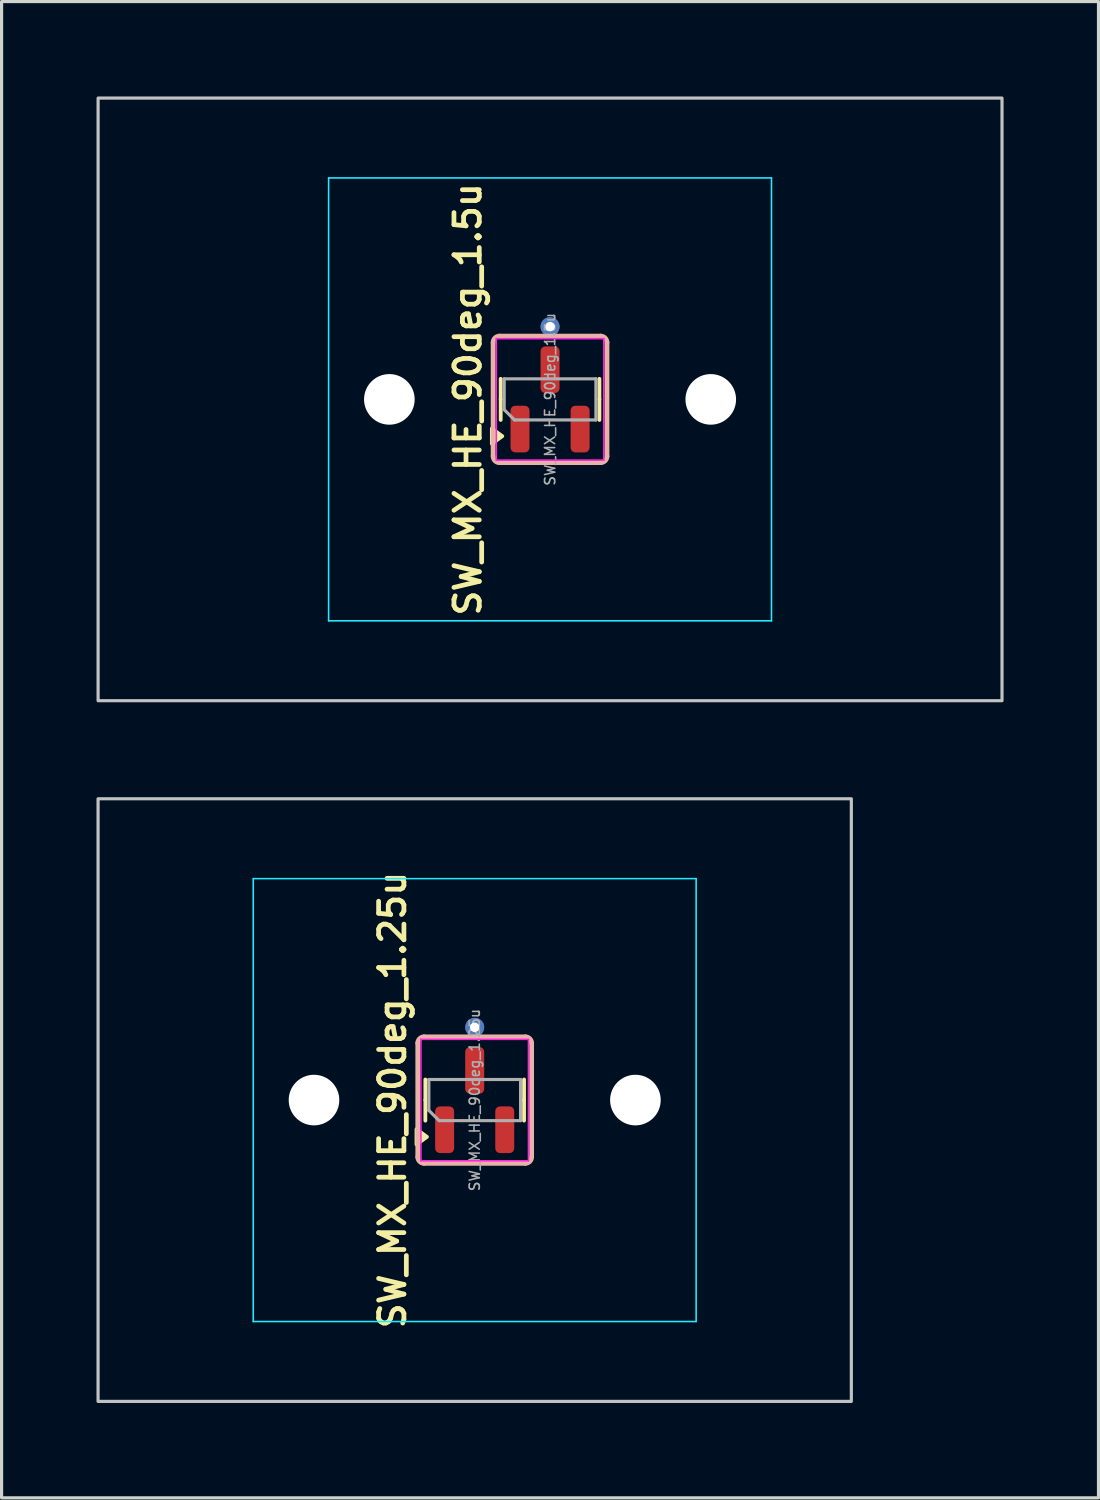
<source format=kicad_pcb>
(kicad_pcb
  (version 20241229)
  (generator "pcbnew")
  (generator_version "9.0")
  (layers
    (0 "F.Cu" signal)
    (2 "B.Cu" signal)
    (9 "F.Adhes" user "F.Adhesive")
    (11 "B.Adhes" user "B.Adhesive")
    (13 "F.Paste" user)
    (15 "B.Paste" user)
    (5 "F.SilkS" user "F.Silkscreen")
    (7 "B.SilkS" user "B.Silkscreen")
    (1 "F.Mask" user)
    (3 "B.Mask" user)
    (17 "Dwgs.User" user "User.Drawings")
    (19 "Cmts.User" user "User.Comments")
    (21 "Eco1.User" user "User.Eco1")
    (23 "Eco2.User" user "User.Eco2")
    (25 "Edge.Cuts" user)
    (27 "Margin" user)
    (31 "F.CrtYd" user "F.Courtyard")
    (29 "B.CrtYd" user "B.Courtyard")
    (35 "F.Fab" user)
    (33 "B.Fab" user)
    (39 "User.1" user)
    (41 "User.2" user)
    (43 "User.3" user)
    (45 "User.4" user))
  (footprint "SW_MX_HE_90deg_1.25u"
    (layer "F.Cu")
    (at 11.956 31.725)
    (property "Reference" "SW_MX_HE_90deg_1.25u" (at -2.6 0 90) (layer "F.SilkS") (effects (font (size 0.8 0.8) (thickness 0.15))))
    (attr smd)
    (fp_line (start -1.56 0) (end -1.56 -0.65) (stroke (width 0.12) (type solid)) (layer "F.SilkS"))
    (fp_line (start -1.56 0) (end -1.56 0.65) (stroke (width 0.12) (type solid)) (layer "F.SilkS"))
    (fp_line (start 1.56 0) (end 1.56 -0.65) (stroke (width 0.12) (type solid)) (layer "F.SilkS"))
    (fp_line (start 1.56 0) (end 1.56 0.65) (stroke (width 0.12) (type solid)) (layer "F.SilkS"))
    (fp_poly (pts (xy -1.51 1.163) (xy -1.84 1.403) (xy -1.84 0.922) (xy -1.51 1.163)) (stroke (width 0.12) (type solid)) (fill yes) (layer "F.SilkS"))
    (fp_line (start -1.8 -1.8) (end -1.8 1.8) (stroke (width 0.15) (type default)) (layer "B.SilkS"))
    (fp_line (start -1.6 2) (end 1.6 2) (stroke (width 0.15) (type default)) (layer "B.SilkS"))
    (fp_line (start 1.6 -2) (end -1.6 -2) (stroke (width 0.15) (type default)) (layer "B.SilkS"))
    (fp_line (start 1.8 1.8) (end 1.8 -1.8) (stroke (width 0.15) (type default)) (layer "B.SilkS"))
    (fp_arc (start -1.8 -1.8) (mid -1.741421 -1.941421) (end -1.6 -2) (stroke (width 0.15) (type default)) (layer "B.SilkS"))
    (fp_arc (start -1.6 2) (mid -1.741421 1.941421) (end -1.8 1.8) (stroke (width 0.15) (type default)) (layer "B.SilkS"))
    (fp_arc (start 1.6 -2) (mid 1.741421 -1.941421) (end 1.8 -1.8) (stroke (width 0.15) (type default)) (layer "B.SilkS"))
    (fp_arc (start 1.8 1.8) (mid 1.741421 1.941421) (end 1.6 2) (stroke (width 0.15) (type default)) (layer "B.SilkS"))
    (fp_rect (start -11.906 -9.525) (end 11.906 9.525) (stroke (width 0.1) (type default)) (fill no) (layer "Dwgs.User"))
    (fp_line (start -7 6.5) (end -7 -6.5) (stroke (width 0.05) (type solid)) (layer "Eco2.User"))
    (fp_line (start -6.5 -7) (end 6.5 -7) (stroke (width 0.05) (type solid)) (layer "Eco2.User"))
    (fp_line (start 6.5 7) (end -6.5 7) (stroke (width 0.05) (type solid)) (layer "Eco2.User"))
    (fp_line (start 7 -6.5) (end 7 6.5) (stroke (width 0.05) (type solid)) (layer "Eco2.User"))
    (fp_arc (start -7 -6.5) (mid -6.853553 -6.853553) (end -6.5 -7) (stroke (width 0.05) (type solid)) (layer "Eco2.User"))
    (fp_arc (start -6.5 7) (mid -6.853553 6.853553) (end -7 6.5) (stroke (width 0.05) (type solid)) (layer "Eco2.User"))
    (fp_arc (start 6.5 -7) (mid 6.853553 -6.853553) (end 7 -6.5) (stroke (width 0.05) (type solid)) (layer "Eco2.User"))
    (fp_arc (start 6.997236 6.498884) (mid 6.850789 6.852437) (end 6.497236 6.998884) (stroke (width 0.05) (type solid)) (layer "Eco2.User"))
    (fp_line (start -7 -7) (end -7 7) (stroke (width 0.05) (type solid)) (layer "B.CrtYd"))
    (fp_line (start -7 7) (end 7 7) (stroke (width 0.05) (type solid)) (layer "B.CrtYd"))
    (fp_line (start 7 -7) (end -7 -7) (stroke (width 0.05) (type solid)) (layer "B.CrtYd"))
    (fp_line (start 7 7) (end 7 -7) (stroke (width 0.05) (type solid)) (layer "B.CrtYd"))
    (fp_line (start -1.7 -1.92) (end -1.7 1.92) (stroke (width 0.05) (type solid)) (layer "F.CrtYd"))
    (fp_line (start -1.7 1.92) (end 1.7 1.92) (stroke (width 0.05) (type solid)) (layer "F.CrtYd"))
    (fp_line (start 1.7 -1.92) (end -1.7 -1.92) (stroke (width 0.05) (type solid)) (layer "F.CrtYd"))
    (fp_line (start 1.7 1.92) (end 1.7 -1.92) (stroke (width 0.05) (type solid)) (layer "F.CrtYd"))
    (fp_line (start -1.45 -0.65) (end 1.45 -0.65) (stroke (width 0.1) (type solid)) (layer "F.Fab"))
    (fp_line (start -1.45 0.325) (end -1.45 -0.65) (stroke (width 0.1) (type solid)) (layer "F.Fab"))
    (fp_line (start -1.125 0.65) (end -1.45 0.325) (stroke (width 0.1) (type solid)) (layer "F.Fab"))
    (fp_line (start 1.45 -0.65) (end 1.45 0.65) (stroke (width 0.1) (type solid)) (layer "F.Fab"))
    (fp_line (start 1.45 0.65) (end -1.125 0.65) (stroke (width 0.1) (type solid)) (layer "F.Fab"))
    (fp_text user "${REFERENCE}" (at 0 0 90) (layer "F.Fab") (effects (font (size 0.32 0.32) (thickness 0.05))))
    (pad "" np_thru_hole circle (at -5.08 0) (size 1.6 1.6) (drill 1.7) (layers "*.Cu" "*.Mask"))
    (pad "" np_thru_hole circle (at 5.08 0) (size 1.6 1.6) (drill 1.7) (layers "*.Cu" "*.Mask"))
    (pad "1" smd roundrect (at -0.95 0.938 90) (size 1.475 0.6) (layers "F.Cu" "F.Mask" "F.Paste") (roundrect_rratio 0.25))
    (pad "2" smd roundrect (at 0.95 0.938 90) (size 1.475 0.6) (layers "F.Cu" "F.Mask" "F.Paste") (roundrect_rratio 0.25))
    (pad "3" thru_hole circle (at 0 -2.3 90) (size 0.6 0.6) (drill 0.3) (layers "*.Cu"))
    (pad "3" smd roundrect (at 0 -0.938 90) (size 1.475 0.6) (layers "F.Cu" "F.Mask" "F.Paste") (roundrect_rratio 0.25))
    (zone (net_name "") (layer "F.Cu") (name "HE keepout_bot") (hatch edge 0.5) (connect_pads) (min_thickness 0.25) (filled_areas_thickness no) (keepout (tracks allowed) (vias allowed) (pads allowed) (copperpour not_allowed) (footprints allowed)) (placement (enabled no)) (fill) (polygon (pts (arc (start 10.35625 29.725) (mid 10.214829 29.783579) (end 10.15625 29.925)) (arc (start 10.15625 33.525) (mid 10.214829 33.666421) (end 10.35625 33.725)) (arc (start 13.55625 33.725) (mid 13.697671 33.666421) (end 13.75625 33.525)) (arc (start 13.75625 29.925) (mid 13.697671 29.783579) (end 13.55625 29.725)) (arc (start 12.45625 29.725) (mid 12.314829 29.783579) (end 12.25625 29.925)) (arc (start 12.25625 31.325) (mid 12.197671 31.466421) (end 12.05625 31.525)) (arc (start 11.85625 31.525) (mid 11.714829 31.466421) (end 11.65625 31.325)) (arc (start 11.65625 29.925) (mid 11.597671 29.783579) (end 11.45625 29.725)))))
    (zone (net_name "") (layer "In1.Cu") (name "HE keepout_top") (hatch edge 0.5) (connect_pads) (min_thickness 0.25) (filled_areas_thickness no) (keepout (tracks allowed) (vias allowed) (pads allowed) (copperpour not_allowed) (footprints allowed)) (placement (enabled no)) (fill) (polygon (pts (arc (start 10.35625 29.725) (mid 10.214829 29.783579) (end 10.15625 29.925)) (arc (start 10.15625 33.525) (mid 10.214829 33.666421) (end 10.35625 33.725)) (arc (start 13.55625 33.725) (mid 13.697671 33.666421) (end 13.75625 33.525)) (arc (start 13.75625 29.925) (mid 13.697671 29.783579) (end 13.55625 29.725))))))
  (footprint "SW_MX_HE_90deg_1.5u"
    (layer "F.Cu")
    (at 14.338 9.575)
    (property "Reference" "SW_MX_HE_90deg_1.5u" (at -2.6 0 90) (layer "F.SilkS") (effects (font (size 0.8 0.8) (thickness 0.15))))
    (attr smd)
    (fp_line (start -1.56 0) (end -1.56 -0.65) (stroke (width 0.12) (type solid)) (layer "F.SilkS"))
    (fp_line (start -1.56 0) (end -1.56 0.65) (stroke (width 0.12) (type solid)) (layer "F.SilkS"))
    (fp_line (start 1.56 0) (end 1.56 -0.65) (stroke (width 0.12) (type solid)) (layer "F.SilkS"))
    (fp_line (start 1.56 0) (end 1.56 0.65) (stroke (width 0.12) (type solid)) (layer "F.SilkS"))
    (fp_poly (pts (xy -1.51 1.163) (xy -1.84 1.403) (xy -1.84 0.922) (xy -1.51 1.163)) (stroke (width 0.12) (type solid)) (fill yes) (layer "F.SilkS"))
    (fp_line (start -1.8 -1.8) (end -1.8 1.8) (stroke (width 0.15) (type default)) (layer "B.SilkS"))
    (fp_line (start -1.6 2) (end 1.6 2) (stroke (width 0.15) (type default)) (layer "B.SilkS"))
    (fp_line (start 1.6 -2) (end -1.6 -2) (stroke (width 0.15) (type default)) (layer "B.SilkS"))
    (fp_line (start 1.8 1.8) (end 1.8 -1.8) (stroke (width 0.15) (type default)) (layer "B.SilkS"))
    (fp_arc (start -1.8 -1.8) (mid -1.741421 -1.941421) (end -1.6 -2) (stroke (width 0.15) (type default)) (layer "B.SilkS"))
    (fp_arc (start -1.6 2) (mid -1.741421 1.941421) (end -1.8 1.8) (stroke (width 0.15) (type default)) (layer "B.SilkS"))
    (fp_arc (start 1.6 -2) (mid 1.741421 -1.941421) (end 1.8 -1.8) (stroke (width 0.15) (type default)) (layer "B.SilkS"))
    (fp_arc (start 1.8 1.8) (mid 1.741421 1.941421) (end 1.6 2) (stroke (width 0.15) (type default)) (layer "B.SilkS"))
    (fp_rect (start -14.287 -9.525) (end 14.287 9.525) (stroke (width 0.1) (type default)) (fill no) (layer "Dwgs.User"))
    (fp_line (start -7 6.5) (end -7 -6.5) (stroke (width 0.05) (type solid)) (layer "Eco2.User"))
    (fp_line (start -6.5 -7) (end 6.5 -7) (stroke (width 0.05) (type solid)) (layer "Eco2.User"))
    (fp_line (start 6.5 7) (end -6.5 7) (stroke (width 0.05) (type solid)) (layer "Eco2.User"))
    (fp_line (start 7 -6.5) (end 7 6.5) (stroke (width 0.05) (type solid)) (layer "Eco2.User"))
    (fp_arc (start -7 -6.5) (mid -6.853553 -6.853553) (end -6.5 -7) (stroke (width 0.05) (type solid)) (layer "Eco2.User"))
    (fp_arc (start -6.5 7) (mid -6.853553 6.853553) (end -7 6.5) (stroke (width 0.05) (type solid)) (layer "Eco2.User"))
    (fp_arc (start 6.5 -7) (mid 6.853553 -6.853553) (end 7 -6.5) (stroke (width 0.05) (type solid)) (layer "Eco2.User"))
    (fp_arc (start 6.997236 6.498884) (mid 6.850789 6.852437) (end 6.497236 6.998884) (stroke (width 0.05) (type solid)) (layer "Eco2.User"))
    (fp_line (start -7 -7) (end -7 7) (stroke (width 0.05) (type solid)) (layer "B.CrtYd"))
    (fp_line (start -7 7) (end 7 7) (stroke (width 0.05) (type solid)) (layer "B.CrtYd"))
    (fp_line (start 7 -7) (end -7 -7) (stroke (width 0.05) (type solid)) (layer "B.CrtYd"))
    (fp_line (start 7 7) (end 7 -7) (stroke (width 0.05) (type solid)) (layer "B.CrtYd"))
    (fp_line (start -1.7 -1.92) (end -1.7 1.92) (stroke (width 0.05) (type solid)) (layer "F.CrtYd"))
    (fp_line (start -1.7 1.92) (end 1.7 1.92) (stroke (width 0.05) (type solid)) (layer "F.CrtYd"))
    (fp_line (start 1.7 -1.92) (end -1.7 -1.92) (stroke (width 0.05) (type solid)) (layer "F.CrtYd"))
    (fp_line (start 1.7 1.92) (end 1.7 -1.92) (stroke (width 0.05) (type solid)) (layer "F.CrtYd"))
    (fp_line (start -1.45 -0.65) (end 1.45 -0.65) (stroke (width 0.1) (type solid)) (layer "F.Fab"))
    (fp_line (start -1.45 0.325) (end -1.45 -0.65) (stroke (width 0.1) (type solid)) (layer "F.Fab"))
    (fp_line (start -1.125 0.65) (end -1.45 0.325) (stroke (width 0.1) (type solid)) (layer "F.Fab"))
    (fp_line (start 1.45 -0.65) (end 1.45 0.65) (stroke (width 0.1) (type solid)) (layer "F.Fab"))
    (fp_line (start 1.45 0.65) (end -1.125 0.65) (stroke (width 0.1) (type solid)) (layer "F.Fab"))
    (fp_text user "${REFERENCE}" (at 0 0 90) (layer "F.Fab") (effects (font (size 0.32 0.32) (thickness 0.05))))
    (pad "" np_thru_hole circle (at -5.08 0) (size 1.6 1.6) (drill 1.7) (layers "*.Cu" "*.Mask"))
    (pad "" np_thru_hole circle (at 5.08 0) (size 1.6 1.6) (drill 1.7) (layers "*.Cu" "*.Mask"))
    (pad "1" smd roundrect (at -0.95 0.938 90) (size 1.475 0.6) (layers "F.Cu" "F.Mask" "F.Paste") (roundrect_rratio 0.25))
    (pad "2" smd roundrect (at 0.95 0.938 90) (size 1.475 0.6) (layers "F.Cu" "F.Mask" "F.Paste") (roundrect_rratio 0.25))
    (pad "3" thru_hole circle (at 0 -2.3 90) (size 0.6 0.6) (drill 0.3) (layers "*.Cu"))
    (pad "3" smd roundrect (at 0 -0.938 90) (size 1.475 0.6) (layers "F.Cu" "F.Mask" "F.Paste") (roundrect_rratio 0.25))
    (zone (net_name "") (layer "F.Cu") (name "HE keepout_bot") (hatch edge 0.5) (connect_pads) (min_thickness 0.25) (filled_areas_thickness no) (keepout (tracks allowed) (vias allowed) (pads allowed) (copperpour not_allowed) (footprints allowed)) (placement (enabled no)) (fill) (polygon (pts (arc (start 12.7375 7.575) (mid 12.596079 7.633579) (end 12.5375 7.775)) (arc (start 12.5375 11.375) (mid 12.596079 11.516421) (end 12.7375 11.575)) (arc (start 15.9375 11.575) (mid 16.078921 11.516421) (end 16.1375 11.375)) (arc (start 16.1375 7.775) (mid 16.078921 7.633579) (end 15.9375 7.575)) (arc (start 14.8375 7.575) (mid 14.696079 7.633579) (end 14.6375 7.775)) (arc (start 14.6375 9.175) (mid 14.578921 9.316421) (end 14.4375 9.375)) (arc (start 14.2375 9.375) (mid 14.096079 9.316421) (end 14.0375 9.175)) (arc (start 14.0375 7.775) (mid 13.978921 7.633579) (end 13.8375 7.575)))))
    (zone (net_name "") (layer "In1.Cu") (name "HE keepout_top") (hatch edge 0.5) (connect_pads) (min_thickness 0.25) (filled_areas_thickness no) (keepout (tracks allowed) (vias allowed) (pads allowed) (copperpour not_allowed) (footprints allowed)) (placement (enabled no)) (fill) (polygon (pts (arc (start 12.7375 7.575) (mid 12.596079 7.633579) (end 12.5375 7.775)) (arc (start 12.5375 11.375) (mid 12.596079 11.516421) (end 12.7375 11.575)) (arc (start 15.9375 11.575) (mid 16.078921 11.516421) (end 16.1375 11.375)) (arc (start 16.1375 7.775) (mid 16.078921 7.633579) (end 15.9375 7.575))))))
  (gr_rect
    (start -3 -3)
    (end 31.675 44.3)
    (stroke (width 0.1) (type default))
    (fill no)
    (layer "Edge.Cuts")))
</source>
